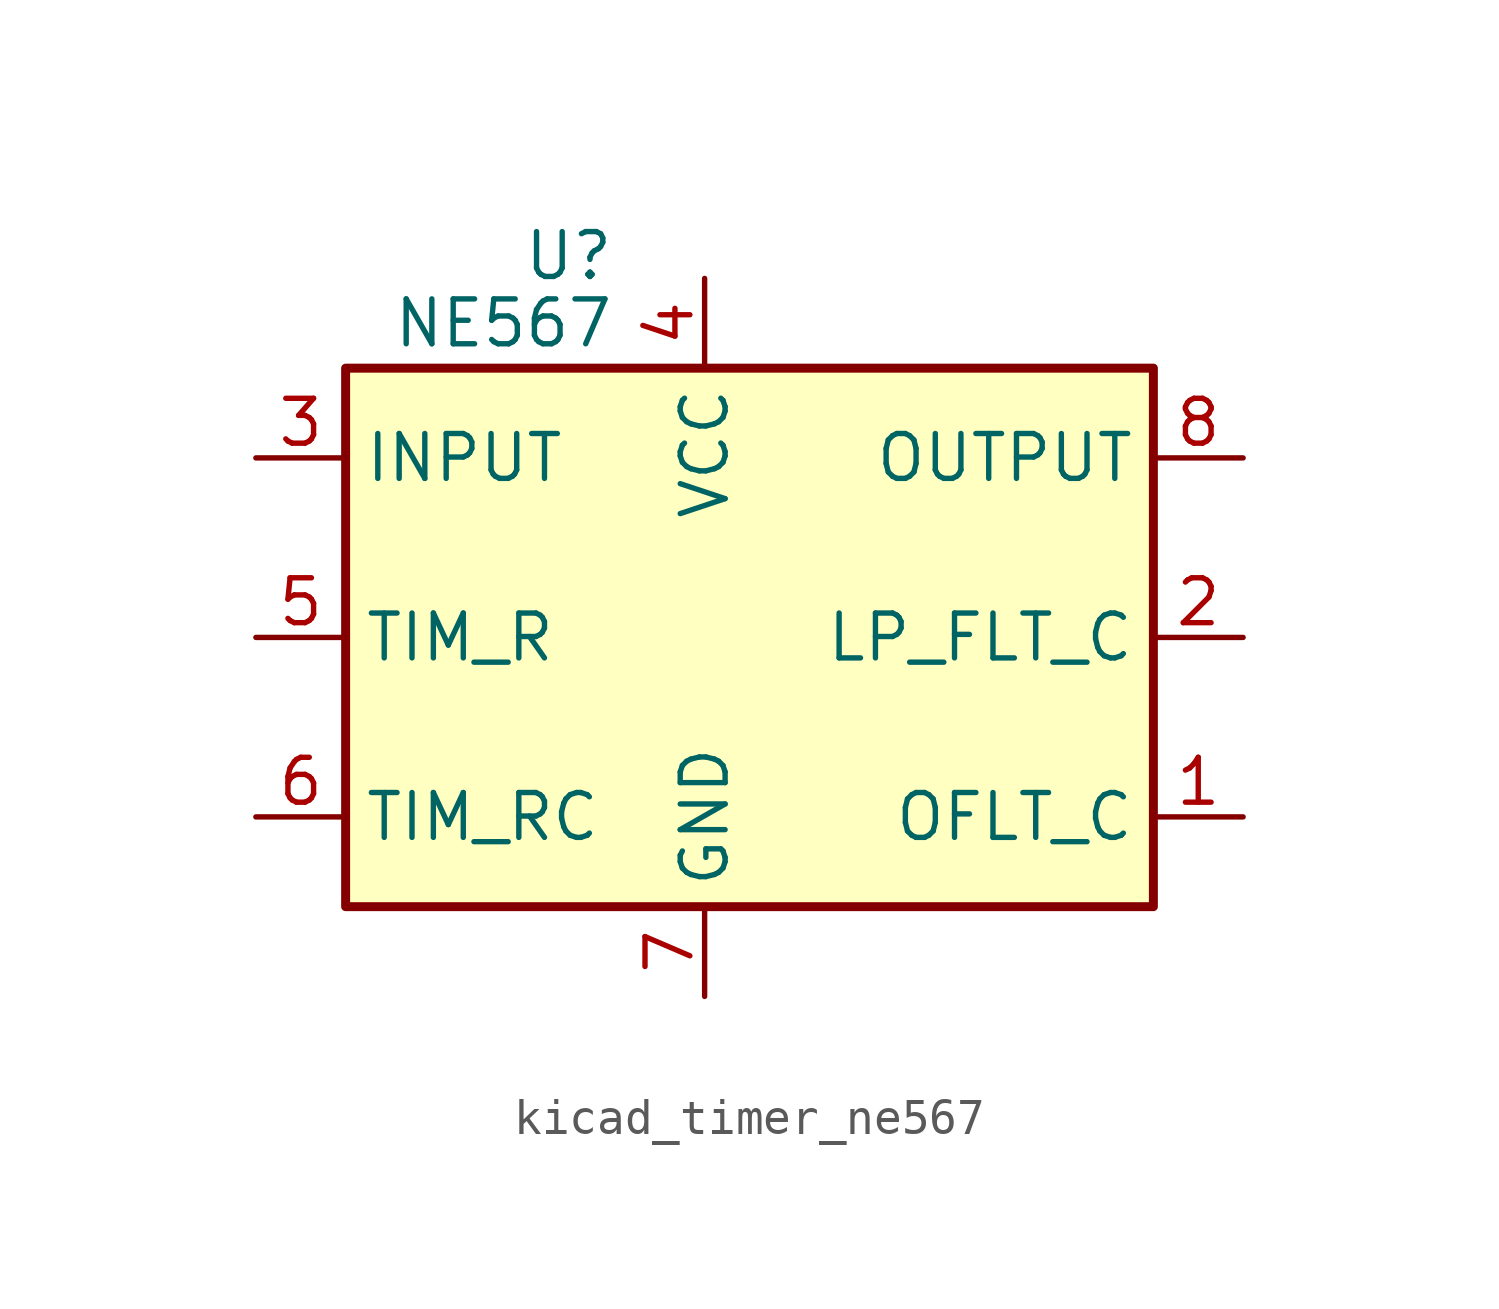
<source format=kicad_sym>
(kicad_symbol_lib
  (version 20220914)
  (generator kicad_symbol_editor)
  (symbol "kicad_timer_ne567"
    (property "Reference" "U"
      (at -2.54 10.795 0)
      (effects (font (size 1.27 1.27)) (justify right)))
    (property "Value" "NE567"
      (at -2.54 8.89 0)
      (effects (font (size 1.27 1.27)) (justify right)))
    (symbol "kicad_timer_ne567_0_1"
      (rectangle (start -10.16 7.62) (end 12.7 -7.62) (stroke (width 0.254) (type default)) (fill (type background))))
    (symbol "kicad_timer_ne567_1_1"
      (pin output line (at 15.24 -5.08 180) (length 2.54) (name "OFLT_C" (effects (font (size 1.27 1.27)))) (number "1" (effects (font (size 1.27 1.27)))))
      (pin output line (at 15.24 0 180) (length 2.54) (name "LP_FLT_C" (effects (font (size 1.27 1.27)))) (number "2" (effects (font (size 1.27 1.27)))))
      (pin input line (at -12.7 5.08 0) (length 2.54) (name "INPUT" (effects (font (size 1.27 1.27)))) (number "3" (effects (font (size 1.27 1.27)))))
      (pin power_in line (at 0 10.16 270) (length 2.54) (name "VCC" (effects (font (size 1.27 1.27)))) (number "4" (effects (font (size 1.27 1.27)))))
      (pin input line (at -12.7 0 0) (length 2.54) (name "TIM_R" (effects (font (size 1.27 1.27)))) (number "5" (effects (font (size 1.27 1.27)))))
      (pin input line (at -12.7 -5.08 0) (length 2.54) (name "TIM_RC" (effects (font (size 1.27 1.27)))) (number "6" (effects (font (size 1.27 1.27)))))
      (pin power_in line (at 0 -10.16 90) (length 2.54) (name "GND" (effects (font (size 1.27 1.27)))) (number "7" (effects (font (size 1.27 1.27)))))
      (pin output line (at 15.24 5.08 180) (length 2.54) (name "OUTPUT" (effects (font (size 1.27 1.27)))) (number "8" (effects (font (size 1.27 1.27))))))))
</source>
